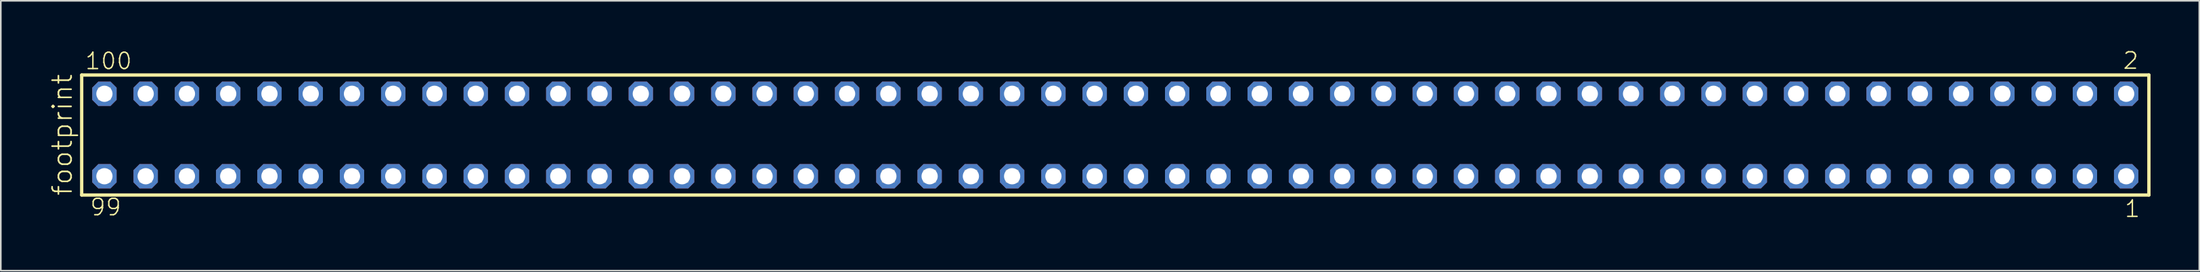
<source format=kicad_pcb>
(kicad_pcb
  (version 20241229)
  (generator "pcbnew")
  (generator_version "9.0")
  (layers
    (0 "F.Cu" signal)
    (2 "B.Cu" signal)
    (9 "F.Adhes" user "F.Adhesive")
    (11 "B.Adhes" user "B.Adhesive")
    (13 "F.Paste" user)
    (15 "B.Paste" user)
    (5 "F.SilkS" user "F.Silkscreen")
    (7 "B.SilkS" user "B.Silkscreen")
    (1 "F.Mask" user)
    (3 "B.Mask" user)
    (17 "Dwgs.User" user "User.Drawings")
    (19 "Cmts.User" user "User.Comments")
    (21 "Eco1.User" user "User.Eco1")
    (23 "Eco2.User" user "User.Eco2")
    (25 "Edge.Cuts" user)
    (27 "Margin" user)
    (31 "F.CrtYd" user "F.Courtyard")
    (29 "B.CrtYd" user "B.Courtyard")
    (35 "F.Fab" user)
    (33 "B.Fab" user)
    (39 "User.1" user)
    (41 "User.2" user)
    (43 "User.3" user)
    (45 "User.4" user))
  (footprint "footprint"
    (layer "F.Cu")
    (at 65.608 5.265)
    (property "Reference" "footprint" (at -64.135 3.81 90) (layer "F.SilkS") (effects (font (size 1.168 1.168) (thickness 0.102)) (justify left bottom)))
    (fp_line (start -63.629 -3.695) (end 63.629 -3.695) (stroke (width 0.203) (type solid)) (layer "F.SilkS"))
    (fp_line (start -63.629 3.695) (end -63.629 -3.695) (stroke (width 0.203) (type solid)) (layer "F.SilkS"))
    (fp_line (start 63.629 -3.695) (end 63.629 3.695) (stroke (width 0.203) (type solid)) (layer "F.SilkS"))
    (fp_line (start 63.629 3.695) (end -63.629 3.695) (stroke (width 0.203) (type solid)) (layer "F.SilkS"))
    (fp_poly (pts (xy -62.58 -2.19) (xy -61.88 -2.19) (xy -61.88 -2.89) (xy -62.58 -2.89)) (stroke (width 0.1) (type solid)) (fill no) (layer "F.Fab"))
    (fp_poly (pts (xy -62.58 2.89) (xy -61.88 2.89) (xy -61.88 2.19) (xy -62.58 2.19)) (stroke (width 0.1) (type solid)) (fill no) (layer "F.Fab"))
    (fp_poly (pts (xy -60.04 -2.19) (xy -59.34 -2.19) (xy -59.34 -2.89) (xy -60.04 -2.89)) (stroke (width 0.1) (type solid)) (fill no) (layer "F.Fab"))
    (fp_poly (pts (xy -60.04 2.89) (xy -59.34 2.89) (xy -59.34 2.19) (xy -60.04 2.19)) (stroke (width 0.1) (type solid)) (fill no) (layer "F.Fab"))
    (fp_poly (pts (xy -57.5 -2.19) (xy -56.8 -2.19) (xy -56.8 -2.89) (xy -57.5 -2.89)) (stroke (width 0.1) (type solid)) (fill no) (layer "F.Fab"))
    (fp_poly (pts (xy -57.5 2.89) (xy -56.8 2.89) (xy -56.8 2.19) (xy -57.5 2.19)) (stroke (width 0.1) (type solid)) (fill no) (layer "F.Fab"))
    (fp_poly (pts (xy -54.96 -2.19) (xy -54.26 -2.19) (xy -54.26 -2.89) (xy -54.96 -2.89)) (stroke (width 0.1) (type solid)) (fill no) (layer "F.Fab"))
    (fp_poly (pts (xy -54.96 2.89) (xy -54.26 2.89) (xy -54.26 2.19) (xy -54.96 2.19)) (stroke (width 0.1) (type solid)) (fill no) (layer "F.Fab"))
    (fp_poly (pts (xy -52.42 -2.19) (xy -51.72 -2.19) (xy -51.72 -2.89) (xy -52.42 -2.89)) (stroke (width 0.1) (type solid)) (fill no) (layer "F.Fab"))
    (fp_poly (pts (xy -52.42 2.89) (xy -51.72 2.89) (xy -51.72 2.19) (xy -52.42 2.19)) (stroke (width 0.1) (type solid)) (fill no) (layer "F.Fab"))
    (fp_poly (pts (xy -49.88 -2.19) (xy -49.18 -2.19) (xy -49.18 -2.89) (xy -49.88 -2.89)) (stroke (width 0.1) (type solid)) (fill no) (layer "F.Fab"))
    (fp_poly (pts (xy -49.88 2.89) (xy -49.18 2.89) (xy -49.18 2.19) (xy -49.88 2.19)) (stroke (width 0.1) (type solid)) (fill no) (layer "F.Fab"))
    (fp_poly (pts (xy -47.34 -2.19) (xy -46.64 -2.19) (xy -46.64 -2.89) (xy -47.34 -2.89)) (stroke (width 0.1) (type solid)) (fill no) (layer "F.Fab"))
    (fp_poly (pts (xy -47.34 2.89) (xy -46.64 2.89) (xy -46.64 2.19) (xy -47.34 2.19)) (stroke (width 0.1) (type solid)) (fill no) (layer "F.Fab"))
    (fp_poly (pts (xy -44.8 -2.19) (xy -44.1 -2.19) (xy -44.1 -2.89) (xy -44.8 -2.89)) (stroke (width 0.1) (type solid)) (fill no) (layer "F.Fab"))
    (fp_poly (pts (xy -44.8 2.89) (xy -44.1 2.89) (xy -44.1 2.19) (xy -44.8 2.19)) (stroke (width 0.1) (type solid)) (fill no) (layer "F.Fab"))
    (fp_poly (pts (xy -42.26 -2.19) (xy -41.56 -2.19) (xy -41.56 -2.89) (xy -42.26 -2.89)) (stroke (width 0.1) (type solid)) (fill no) (layer "F.Fab"))
    (fp_poly (pts (xy -42.26 2.89) (xy -41.56 2.89) (xy -41.56 2.19) (xy -42.26 2.19)) (stroke (width 0.1) (type solid)) (fill no) (layer "F.Fab"))
    (fp_poly (pts (xy -39.72 -2.19) (xy -39.02 -2.19) (xy -39.02 -2.89) (xy -39.72 -2.89)) (stroke (width 0.1) (type solid)) (fill no) (layer "F.Fab"))
    (fp_poly (pts (xy -39.72 2.89) (xy -39.02 2.89) (xy -39.02 2.19) (xy -39.72 2.19)) (stroke (width 0.1) (type solid)) (fill no) (layer "F.Fab"))
    (fp_poly (pts (xy -37.18 -2.19) (xy -36.48 -2.19) (xy -36.48 -2.89) (xy -37.18 -2.89)) (stroke (width 0.1) (type solid)) (fill no) (layer "F.Fab"))
    (fp_poly (pts (xy -37.18 2.89) (xy -36.48 2.89) (xy -36.48 2.19) (xy -37.18 2.19)) (stroke (width 0.1) (type solid)) (fill no) (layer "F.Fab"))
    (fp_poly (pts (xy -34.64 -2.19) (xy -33.94 -2.19) (xy -33.94 -2.89) (xy -34.64 -2.89)) (stroke (width 0.1) (type solid)) (fill no) (layer "F.Fab"))
    (fp_poly (pts (xy -34.64 2.89) (xy -33.94 2.89) (xy -33.94 2.19) (xy -34.64 2.19)) (stroke (width 0.1) (type solid)) (fill no) (layer "F.Fab"))
    (fp_poly (pts (xy -32.1 -2.19) (xy -31.4 -2.19) (xy -31.4 -2.89) (xy -32.1 -2.89)) (stroke (width 0.1) (type solid)) (fill no) (layer "F.Fab"))
    (fp_poly (pts (xy -32.1 2.89) (xy -31.4 2.89) (xy -31.4 2.19) (xy -32.1 2.19)) (stroke (width 0.1) (type solid)) (fill no) (layer "F.Fab"))
    (fp_poly (pts (xy -29.56 -2.19) (xy -28.86 -2.19) (xy -28.86 -2.89) (xy -29.56 -2.89)) (stroke (width 0.1) (type solid)) (fill no) (layer "F.Fab"))
    (fp_poly (pts (xy -29.56 2.89) (xy -28.86 2.89) (xy -28.86 2.19) (xy -29.56 2.19)) (stroke (width 0.1) (type solid)) (fill no) (layer "F.Fab"))
    (fp_poly (pts (xy -27.02 -2.19) (xy -26.32 -2.19) (xy -26.32 -2.89) (xy -27.02 -2.89)) (stroke (width 0.1) (type solid)) (fill no) (layer "F.Fab"))
    (fp_poly (pts (xy -27.02 2.89) (xy -26.32 2.89) (xy -26.32 2.19) (xy -27.02 2.19)) (stroke (width 0.1) (type solid)) (fill no) (layer "F.Fab"))
    (fp_poly (pts (xy -24.48 -2.19) (xy -23.78 -2.19) (xy -23.78 -2.89) (xy -24.48 -2.89)) (stroke (width 0.1) (type solid)) (fill no) (layer "F.Fab"))
    (fp_poly (pts (xy -24.48 2.89) (xy -23.78 2.89) (xy -23.78 2.19) (xy -24.48 2.19)) (stroke (width 0.1) (type solid)) (fill no) (layer "F.Fab"))
    (fp_poly (pts (xy -21.94 -2.19) (xy -21.24 -2.19) (xy -21.24 -2.89) (xy -21.94 -2.89)) (stroke (width 0.1) (type solid)) (fill no) (layer "F.Fab"))
    (fp_poly (pts (xy -21.94 2.89) (xy -21.24 2.89) (xy -21.24 2.19) (xy -21.94 2.19)) (stroke (width 0.1) (type solid)) (fill no) (layer "F.Fab"))
    (fp_poly (pts (xy -19.4 -2.19) (xy -18.7 -2.19) (xy -18.7 -2.89) (xy -19.4 -2.89)) (stroke (width 0.1) (type solid)) (fill no) (layer "F.Fab"))
    (fp_poly (pts (xy -19.4 2.89) (xy -18.7 2.89) (xy -18.7 2.19) (xy -19.4 2.19)) (stroke (width 0.1) (type solid)) (fill no) (layer "F.Fab"))
    (fp_poly (pts (xy -16.86 -2.19) (xy -16.16 -2.19) (xy -16.16 -2.89) (xy -16.86 -2.89)) (stroke (width 0.1) (type solid)) (fill no) (layer "F.Fab"))
    (fp_poly (pts (xy -16.86 2.89) (xy -16.16 2.89) (xy -16.16 2.19) (xy -16.86 2.19)) (stroke (width 0.1) (type solid)) (fill no) (layer "F.Fab"))
    (fp_poly (pts (xy -14.32 -2.19) (xy -13.62 -2.19) (xy -13.62 -2.89) (xy -14.32 -2.89)) (stroke (width 0.1) (type solid)) (fill no) (layer "F.Fab"))
    (fp_poly (pts (xy -14.32 2.89) (xy -13.62 2.89) (xy -13.62 2.19) (xy -14.32 2.19)) (stroke (width 0.1) (type solid)) (fill no) (layer "F.Fab"))
    (fp_poly (pts (xy -11.78 -2.19) (xy -11.08 -2.19) (xy -11.08 -2.89) (xy -11.78 -2.89)) (stroke (width 0.1) (type solid)) (fill no) (layer "F.Fab"))
    (fp_poly (pts (xy -11.78 2.89) (xy -11.08 2.89) (xy -11.08 2.19) (xy -11.78 2.19)) (stroke (width 0.1) (type solid)) (fill no) (layer "F.Fab"))
    (fp_poly (pts (xy -9.24 -2.19) (xy -8.54 -2.19) (xy -8.54 -2.89) (xy -9.24 -2.89)) (stroke (width 0.1) (type solid)) (fill no) (layer "F.Fab"))
    (fp_poly (pts (xy -9.24 2.89) (xy -8.54 2.89) (xy -8.54 2.19) (xy -9.24 2.19)) (stroke (width 0.1) (type solid)) (fill no) (layer "F.Fab"))
    (fp_poly (pts (xy -6.7 -2.19) (xy -6 -2.19) (xy -6 -2.89) (xy -6.7 -2.89)) (stroke (width 0.1) (type solid)) (fill no) (layer "F.Fab"))
    (fp_poly (pts (xy -6.7 2.89) (xy -6 2.89) (xy -6 2.19) (xy -6.7 2.19)) (stroke (width 0.1) (type solid)) (fill no) (layer "F.Fab"))
    (fp_poly (pts (xy -4.16 -2.19) (xy -3.46 -2.19) (xy -3.46 -2.89) (xy -4.16 -2.89)) (stroke (width 0.1) (type solid)) (fill no) (layer "F.Fab"))
    (fp_poly (pts (xy -4.16 2.89) (xy -3.46 2.89) (xy -3.46 2.19) (xy -4.16 2.19)) (stroke (width 0.1) (type solid)) (fill no) (layer "F.Fab"))
    (fp_poly (pts (xy -1.62 -2.19) (xy -0.92 -2.19) (xy -0.92 -2.89) (xy -1.62 -2.89)) (stroke (width 0.1) (type solid)) (fill no) (layer "F.Fab"))
    (fp_poly (pts (xy -1.62 2.89) (xy -0.92 2.89) (xy -0.92 2.19) (xy -1.62 2.19)) (stroke (width 0.1) (type solid)) (fill no) (layer "F.Fab"))
    (fp_poly (pts (xy 0.92 -2.19) (xy 1.62 -2.19) (xy 1.62 -2.89) (xy 0.92 -2.89)) (stroke (width 0.1) (type solid)) (fill no) (layer "F.Fab"))
    (fp_poly (pts (xy 0.92 2.89) (xy 1.62 2.89) (xy 1.62 2.19) (xy 0.92 2.19)) (stroke (width 0.1) (type solid)) (fill no) (layer "F.Fab"))
    (fp_poly (pts (xy 3.46 -2.19) (xy 4.16 -2.19) (xy 4.16 -2.89) (xy 3.46 -2.89)) (stroke (width 0.1) (type solid)) (fill no) (layer "F.Fab"))
    (fp_poly (pts (xy 3.46 2.89) (xy 4.16 2.89) (xy 4.16 2.19) (xy 3.46 2.19)) (stroke (width 0.1) (type solid)) (fill no) (layer "F.Fab"))
    (fp_poly (pts (xy 6 -2.19) (xy 6.7 -2.19) (xy 6.7 -2.89) (xy 6 -2.89)) (stroke (width 0.1) (type solid)) (fill no) (layer "F.Fab"))
    (fp_poly (pts (xy 6 2.89) (xy 6.7 2.89) (xy 6.7 2.19) (xy 6 2.19)) (stroke (width 0.1) (type solid)) (fill no) (layer "F.Fab"))
    (fp_poly (pts (xy 8.54 -2.19) (xy 9.24 -2.19) (xy 9.24 -2.89) (xy 8.54 -2.89)) (stroke (width 0.1) (type solid)) (fill no) (layer "F.Fab"))
    (fp_poly (pts (xy 8.54 2.89) (xy 9.24 2.89) (xy 9.24 2.19) (xy 8.54 2.19)) (stroke (width 0.1) (type solid)) (fill no) (layer "F.Fab"))
    (fp_poly (pts (xy 11.08 -2.19) (xy 11.78 -2.19) (xy 11.78 -2.89) (xy 11.08 -2.89)) (stroke (width 0.1) (type solid)) (fill no) (layer "F.Fab"))
    (fp_poly (pts (xy 11.08 2.89) (xy 11.78 2.89) (xy 11.78 2.19) (xy 11.08 2.19)) (stroke (width 0.1) (type solid)) (fill no) (layer "F.Fab"))
    (fp_poly (pts (xy 13.62 -2.19) (xy 14.32 -2.19) (xy 14.32 -2.89) (xy 13.62 -2.89)) (stroke (width 0.1) (type solid)) (fill no) (layer "F.Fab"))
    (fp_poly (pts (xy 13.62 2.89) (xy 14.32 2.89) (xy 14.32 2.19) (xy 13.62 2.19)) (stroke (width 0.1) (type solid)) (fill no) (layer "F.Fab"))
    (fp_poly (pts (xy 16.16 -2.19) (xy 16.86 -2.19) (xy 16.86 -2.89) (xy 16.16 -2.89)) (stroke (width 0.1) (type solid)) (fill no) (layer "F.Fab"))
    (fp_poly (pts (xy 16.16 2.89) (xy 16.86 2.89) (xy 16.86 2.19) (xy 16.16 2.19)) (stroke (width 0.1) (type solid)) (fill no) (layer "F.Fab"))
    (fp_poly (pts (xy 18.7 -2.19) (xy 19.4 -2.19) (xy 19.4 -2.89) (xy 18.7 -2.89)) (stroke (width 0.1) (type solid)) (fill no) (layer "F.Fab"))
    (fp_poly (pts (xy 18.7 2.89) (xy 19.4 2.89) (xy 19.4 2.19) (xy 18.7 2.19)) (stroke (width 0.1) (type solid)) (fill no) (layer "F.Fab"))
    (fp_poly (pts (xy 21.24 -2.19) (xy 21.94 -2.19) (xy 21.94 -2.89) (xy 21.24 -2.89)) (stroke (width 0.1) (type solid)) (fill no) (layer "F.Fab"))
    (fp_poly (pts (xy 21.24 2.89) (xy 21.94 2.89) (xy 21.94 2.19) (xy 21.24 2.19)) (stroke (width 0.1) (type solid)) (fill no) (layer "F.Fab"))
    (fp_poly (pts (xy 23.78 -2.19) (xy 24.48 -2.19) (xy 24.48 -2.89) (xy 23.78 -2.89)) (stroke (width 0.1) (type solid)) (fill no) (layer "F.Fab"))
    (fp_poly (pts (xy 23.78 2.89) (xy 24.48 2.89) (xy 24.48 2.19) (xy 23.78 2.19)) (stroke (width 0.1) (type solid)) (fill no) (layer "F.Fab"))
    (fp_poly (pts (xy 26.32 -2.19) (xy 27.02 -2.19) (xy 27.02 -2.89) (xy 26.32 -2.89)) (stroke (width 0.1) (type solid)) (fill no) (layer "F.Fab"))
    (fp_poly (pts (xy 26.32 2.89) (xy 27.02 2.89) (xy 27.02 2.19) (xy 26.32 2.19)) (stroke (width 0.1) (type solid)) (fill no) (layer "F.Fab"))
    (fp_poly (pts (xy 28.86 -2.19) (xy 29.56 -2.19) (xy 29.56 -2.89) (xy 28.86 -2.89)) (stroke (width 0.1) (type solid)) (fill no) (layer "F.Fab"))
    (fp_poly (pts (xy 28.86 2.89) (xy 29.56 2.89) (xy 29.56 2.19) (xy 28.86 2.19)) (stroke (width 0.1) (type solid)) (fill no) (layer "F.Fab"))
    (fp_poly (pts (xy 31.4 -2.19) (xy 32.1 -2.19) (xy 32.1 -2.89) (xy 31.4 -2.89)) (stroke (width 0.1) (type solid)) (fill no) (layer "F.Fab"))
    (fp_poly (pts (xy 31.4 2.89) (xy 32.1 2.89) (xy 32.1 2.19) (xy 31.4 2.19)) (stroke (width 0.1) (type solid)) (fill no) (layer "F.Fab"))
    (fp_poly (pts (xy 33.94 -2.19) (xy 34.64 -2.19) (xy 34.64 -2.89) (xy 33.94 -2.89)) (stroke (width 0.1) (type solid)) (fill no) (layer "F.Fab"))
    (fp_poly (pts (xy 33.94 2.89) (xy 34.64 2.89) (xy 34.64 2.19) (xy 33.94 2.19)) (stroke (width 0.1) (type solid)) (fill no) (layer "F.Fab"))
    (fp_poly (pts (xy 36.48 -2.19) (xy 37.18 -2.19) (xy 37.18 -2.89) (xy 36.48 -2.89)) (stroke (width 0.1) (type solid)) (fill no) (layer "F.Fab"))
    (fp_poly (pts (xy 36.48 2.89) (xy 37.18 2.89) (xy 37.18 2.19) (xy 36.48 2.19)) (stroke (width 0.1) (type solid)) (fill no) (layer "F.Fab"))
    (fp_poly (pts (xy 39.02 -2.19) (xy 39.72 -2.19) (xy 39.72 -2.89) (xy 39.02 -2.89)) (stroke (width 0.1) (type solid)) (fill no) (layer "F.Fab"))
    (fp_poly (pts (xy 39.02 2.89) (xy 39.72 2.89) (xy 39.72 2.19) (xy 39.02 2.19)) (stroke (width 0.1) (type solid)) (fill no) (layer "F.Fab"))
    (fp_poly (pts (xy 41.56 -2.19) (xy 42.26 -2.19) (xy 42.26 -2.89) (xy 41.56 -2.89)) (stroke (width 0.1) (type solid)) (fill no) (layer "F.Fab"))
    (fp_poly (pts (xy 41.56 2.89) (xy 42.26 2.89) (xy 42.26 2.19) (xy 41.56 2.19)) (stroke (width 0.1) (type solid)) (fill no) (layer "F.Fab"))
    (fp_poly (pts (xy 44.1 -2.19) (xy 44.8 -2.19) (xy 44.8 -2.89) (xy 44.1 -2.89)) (stroke (width 0.1) (type solid)) (fill no) (layer "F.Fab"))
    (fp_poly (pts (xy 44.1 2.89) (xy 44.8 2.89) (xy 44.8 2.19) (xy 44.1 2.19)) (stroke (width 0.1) (type solid)) (fill no) (layer "F.Fab"))
    (fp_poly (pts (xy 46.64 -2.19) (xy 47.34 -2.19) (xy 47.34 -2.89) (xy 46.64 -2.89)) (stroke (width 0.1) (type solid)) (fill no) (layer "F.Fab"))
    (fp_poly (pts (xy 46.64 2.89) (xy 47.34 2.89) (xy 47.34 2.19) (xy 46.64 2.19)) (stroke (width 0.1) (type solid)) (fill no) (layer "F.Fab"))
    (fp_poly (pts (xy 49.18 -2.19) (xy 49.88 -2.19) (xy 49.88 -2.89) (xy 49.18 -2.89)) (stroke (width 0.1) (type solid)) (fill no) (layer "F.Fab"))
    (fp_poly (pts (xy 49.18 2.89) (xy 49.88 2.89) (xy 49.88 2.19) (xy 49.18 2.19)) (stroke (width 0.1) (type solid)) (fill no) (layer "F.Fab"))
    (fp_poly (pts (xy 51.72 -2.19) (xy 52.42 -2.19) (xy 52.42 -2.89) (xy 51.72 -2.89)) (stroke (width 0.1) (type solid)) (fill no) (layer "F.Fab"))
    (fp_poly (pts (xy 51.72 2.89) (xy 52.42 2.89) (xy 52.42 2.19) (xy 51.72 2.19)) (stroke (width 0.1) (type solid)) (fill no) (layer "F.Fab"))
    (fp_poly (pts (xy 54.26 -2.19) (xy 54.96 -2.19) (xy 54.96 -2.89) (xy 54.26 -2.89)) (stroke (width 0.1) (type solid)) (fill no) (layer "F.Fab"))
    (fp_poly (pts (xy 54.26 2.89) (xy 54.96 2.89) (xy 54.96 2.19) (xy 54.26 2.19)) (stroke (width 0.1) (type solid)) (fill no) (layer "F.Fab"))
    (fp_poly (pts (xy 56.8 -2.19) (xy 57.5 -2.19) (xy 57.5 -2.89) (xy 56.8 -2.89)) (stroke (width 0.1) (type solid)) (fill no) (layer "F.Fab"))
    (fp_poly (pts (xy 56.8 2.89) (xy 57.5 2.89) (xy 57.5 2.19) (xy 56.8 2.19)) (stroke (width 0.1) (type solid)) (fill no) (layer "F.Fab"))
    (fp_poly (pts (xy 59.34 -2.19) (xy 60.04 -2.19) (xy 60.04 -2.89) (xy 59.34 -2.89)) (stroke (width 0.1) (type solid)) (fill no) (layer "F.Fab"))
    (fp_poly (pts (xy 59.34 2.89) (xy 60.04 2.89) (xy 60.04 2.19) (xy 59.34 2.19)) (stroke (width 0.1) (type solid)) (fill no) (layer "F.Fab"))
    (fp_poly (pts (xy 61.88 -2.19) (xy 62.58 -2.19) (xy 62.58 -2.89) (xy 61.88 -2.89)) (stroke (width 0.1) (type solid)) (fill no) (layer "F.Fab"))
    (fp_poly (pts (xy 61.88 2.89) (xy 62.58 2.89) (xy 62.58 2.19) (xy 61.88 2.19)) (stroke (width 0.1) (type solid)) (fill no) (layer "F.Fab"))
    (fp_text user "1" (at 62.072 5.138 0) (layer "F.SilkS") (effects (font (size 1.012 1.012) (thickness 0.088)) (justify left bottom)))
    (fp_text user "2" (at 61.972 -3.989 0) (layer "F.SilkS") (effects (font (size 1.012 1.012) (thickness 0.088)) (justify left bottom)))
    (fp_text user "99" (at -63.175 5.038 0) (layer "F.SilkS") (effects (font (size 1.012 1.012) (thickness 0.088)) (justify left bottom)))
    (fp_text user "100" (at -63.479 -3.964 0) (layer "F.SilkS") (effects (font (size 1.012 1.012) (thickness 0.088)) (justify left bottom)))
    (pad "1" thru_hole roundrect (at 62.23 2.54 180) (size 1.5 1.5) (drill 1) (layers "*.Cu" "*.Mask") (roundrect_rratio 0.25) (chamfer_ratio 0.25) (chamfer top_left top_right bottom_left bottom_right))
    (pad "2" thru_hole roundrect (at 62.23 -2.54 180) (size 1.5 1.5) (drill 1) (layers "*.Cu" "*.Mask") (roundrect_rratio 0.25) (chamfer_ratio 0.25) (chamfer top_left top_right bottom_left bottom_right))
    (pad "3" thru_hole roundrect (at 59.69 2.54 180) (size 1.5 1.5) (drill 1) (layers "*.Cu" "*.Mask") (roundrect_rratio 0.25) (chamfer_ratio 0.25) (chamfer top_left top_right bottom_left bottom_right))
    (pad "4" thru_hole roundrect (at 59.69 -2.54 180) (size 1.5 1.5) (drill 1) (layers "*.Cu" "*.Mask") (roundrect_rratio 0.25) (chamfer_ratio 0.25) (chamfer top_left top_right bottom_left bottom_right))
    (pad "5" thru_hole roundrect (at 57.15 2.54 180) (size 1.5 1.5) (drill 1) (layers "*.Cu" "*.Mask") (roundrect_rratio 0.25) (chamfer_ratio 0.25) (chamfer top_left top_right bottom_left bottom_right))
    (pad "6" thru_hole roundrect (at 57.15 -2.54 180) (size 1.5 1.5) (drill 1) (layers "*.Cu" "*.Mask") (roundrect_rratio 0.25) (chamfer_ratio 0.25) (chamfer top_left top_right bottom_left bottom_right))
    (pad "7" thru_hole roundrect (at 54.61 2.54 180) (size 1.5 1.5) (drill 1) (layers "*.Cu" "*.Mask") (roundrect_rratio 0.25) (chamfer_ratio 0.25) (chamfer top_left top_right bottom_left bottom_right))
    (pad "8" thru_hole roundrect (at 54.61 -2.54 180) (size 1.5 1.5) (drill 1) (layers "*.Cu" "*.Mask") (roundrect_rratio 0.25) (chamfer_ratio 0.25) (chamfer top_left top_right bottom_left bottom_right))
    (pad "9" thru_hole roundrect (at 52.07 2.54 180) (size 1.5 1.5) (drill 1) (layers "*.Cu" "*.Mask") (roundrect_rratio 0.25) (chamfer_ratio 0.25) (chamfer top_left top_right bottom_left bottom_right))
    (pad "10" thru_hole roundrect (at 52.07 -2.54 180) (size 1.5 1.5) (drill 1) (layers "*.Cu" "*.Mask") (roundrect_rratio 0.25) (chamfer_ratio 0.25) (chamfer top_left top_right bottom_left bottom_right))
    (pad "11" thru_hole roundrect (at 49.53 2.54 180) (size 1.5 1.5) (drill 1) (layers "*.Cu" "*.Mask") (roundrect_rratio 0.25) (chamfer_ratio 0.25) (chamfer top_left top_right bottom_left bottom_right))
    (pad "12" thru_hole roundrect (at 49.53 -2.54 180) (size 1.5 1.5) (drill 1) (layers "*.Cu" "*.Mask") (roundrect_rratio 0.25) (chamfer_ratio 0.25) (chamfer top_left top_right bottom_left bottom_right))
    (pad "13" thru_hole roundrect (at 46.99 2.54 180) (size 1.5 1.5) (drill 1) (layers "*.Cu" "*.Mask") (roundrect_rratio 0.25) (chamfer_ratio 0.25) (chamfer top_left top_right bottom_left bottom_right))
    (pad "14" thru_hole roundrect (at 46.99 -2.54 180) (size 1.5 1.5) (drill 1) (layers "*.Cu" "*.Mask") (roundrect_rratio 0.25) (chamfer_ratio 0.25) (chamfer top_left top_right bottom_left bottom_right))
    (pad "15" thru_hole roundrect (at 44.45 2.54 180) (size 1.5 1.5) (drill 1) (layers "*.Cu" "*.Mask") (roundrect_rratio 0.25) (chamfer_ratio 0.25) (chamfer top_left top_right bottom_left bottom_right))
    (pad "16" thru_hole roundrect (at 44.45 -2.54 180) (size 1.5 1.5) (drill 1) (layers "*.Cu" "*.Mask") (roundrect_rratio 0.25) (chamfer_ratio 0.25) (chamfer top_left top_right bottom_left bottom_right))
    (pad "17" thru_hole roundrect (at 41.91 2.54 180) (size 1.5 1.5) (drill 1) (layers "*.Cu" "*.Mask") (roundrect_rratio 0.25) (chamfer_ratio 0.25) (chamfer top_left top_right bottom_left bottom_right))
    (pad "18" thru_hole roundrect (at 41.91 -2.54 180) (size 1.5 1.5) (drill 1) (layers "*.Cu" "*.Mask") (roundrect_rratio 0.25) (chamfer_ratio 0.25) (chamfer top_left top_right bottom_left bottom_right))
    (pad "19" thru_hole roundrect (at 39.37 2.54 180) (size 1.5 1.5) (drill 1) (layers "*.Cu" "*.Mask") (roundrect_rratio 0.25) (chamfer_ratio 0.25) (chamfer top_left top_right bottom_left bottom_right))
    (pad "20" thru_hole roundrect (at 39.37 -2.54 180) (size 1.5 1.5) (drill 1) (layers "*.Cu" "*.Mask") (roundrect_rratio 0.25) (chamfer_ratio 0.25) (chamfer top_left top_right bottom_left bottom_right))
    (pad "21" thru_hole roundrect (at 36.83 2.54 180) (size 1.5 1.5) (drill 1) (layers "*.Cu" "*.Mask") (roundrect_rratio 0.25) (chamfer_ratio 0.25) (chamfer top_left top_right bottom_left bottom_right))
    (pad "22" thru_hole roundrect (at 36.83 -2.54 180) (size 1.5 1.5) (drill 1) (layers "*.Cu" "*.Mask") (roundrect_rratio 0.25) (chamfer_ratio 0.25) (chamfer top_left top_right bottom_left bottom_right))
    (pad "23" thru_hole roundrect (at 34.29 2.54 180) (size 1.5 1.5) (drill 1) (layers "*.Cu" "*.Mask") (roundrect_rratio 0.25) (chamfer_ratio 0.25) (chamfer top_left top_right bottom_left bottom_right))
    (pad "24" thru_hole roundrect (at 34.29 -2.54 180) (size 1.5 1.5) (drill 1) (layers "*.Cu" "*.Mask") (roundrect_rratio 0.25) (chamfer_ratio 0.25) (chamfer top_left top_right bottom_left bottom_right))
    (pad "25" thru_hole roundrect (at 31.75 2.54 180) (size 1.5 1.5) (drill 1) (layers "*.Cu" "*.Mask") (roundrect_rratio 0.25) (chamfer_ratio 0.25) (chamfer top_left top_right bottom_left bottom_right))
    (pad "26" thru_hole roundrect (at 31.75 -2.54 180) (size 1.5 1.5) (drill 1) (layers "*.Cu" "*.Mask") (roundrect_rratio 0.25) (chamfer_ratio 0.25) (chamfer top_left top_right bottom_left bottom_right))
    (pad "27" thru_hole roundrect (at 29.21 2.54 180) (size 1.5 1.5) (drill 1) (layers "*.Cu" "*.Mask") (roundrect_rratio 0.25) (chamfer_ratio 0.25) (chamfer top_left top_right bottom_left bottom_right))
    (pad "28" thru_hole roundrect (at 29.21 -2.54 180) (size 1.5 1.5) (drill 1) (layers "*.Cu" "*.Mask") (roundrect_rratio 0.25) (chamfer_ratio 0.25) (chamfer top_left top_right bottom_left bottom_right))
    (pad "29" thru_hole roundrect (at 26.67 2.54 180) (size 1.5 1.5) (drill 1) (layers "*.Cu" "*.Mask") (roundrect_rratio 0.25) (chamfer_ratio 0.25) (chamfer top_left top_right bottom_left bottom_right))
    (pad "30" thru_hole roundrect (at 26.67 -2.54 180) (size 1.5 1.5) (drill 1) (layers "*.Cu" "*.Mask") (roundrect_rratio 0.25) (chamfer_ratio 0.25) (chamfer top_left top_right bottom_left bottom_right))
    (pad "31" thru_hole roundrect (at 24.13 2.54 180) (size 1.5 1.5) (drill 1) (layers "*.Cu" "*.Mask") (roundrect_rratio 0.25) (chamfer_ratio 0.25) (chamfer top_left top_right bottom_left bottom_right))
    (pad "32" thru_hole roundrect (at 24.13 -2.54 180) (size 1.5 1.5) (drill 1) (layers "*.Cu" "*.Mask") (roundrect_rratio 0.25) (chamfer_ratio 0.25) (chamfer top_left top_right bottom_left bottom_right))
    (pad "33" thru_hole roundrect (at 21.59 2.54 180) (size 1.5 1.5) (drill 1) (layers "*.Cu" "*.Mask") (roundrect_rratio 0.25) (chamfer_ratio 0.25) (chamfer top_left top_right bottom_left bottom_right))
    (pad "34" thru_hole roundrect (at 21.59 -2.54 180) (size 1.5 1.5) (drill 1) (layers "*.Cu" "*.Mask") (roundrect_rratio 0.25) (chamfer_ratio 0.25) (chamfer top_left top_right bottom_left bottom_right))
    (pad "35" thru_hole roundrect (at 19.05 2.54 180) (size 1.5 1.5) (drill 1) (layers "*.Cu" "*.Mask") (roundrect_rratio 0.25) (chamfer_ratio 0.25) (chamfer top_left top_right bottom_left bottom_right))
    (pad "36" thru_hole roundrect (at 19.05 -2.54 180) (size 1.5 1.5) (drill 1) (layers "*.Cu" "*.Mask") (roundrect_rratio 0.25) (chamfer_ratio 0.25) (chamfer top_left top_right bottom_left bottom_right))
    (pad "37" thru_hole roundrect (at 16.51 2.54 180) (size 1.5 1.5) (drill 1) (layers "*.Cu" "*.Mask") (roundrect_rratio 0.25) (chamfer_ratio 0.25) (chamfer top_left top_right bottom_left bottom_right))
    (pad "38" thru_hole roundrect (at 16.51 -2.54 180) (size 1.5 1.5) (drill 1) (layers "*.Cu" "*.Mask") (roundrect_rratio 0.25) (chamfer_ratio 0.25) (chamfer top_left top_right bottom_left bottom_right))
    (pad "39" thru_hole roundrect (at 13.97 2.54 180) (size 1.5 1.5) (drill 1) (layers "*.Cu" "*.Mask") (roundrect_rratio 0.25) (chamfer_ratio 0.25) (chamfer top_left top_right bottom_left bottom_right))
    (pad "40" thru_hole roundrect (at 13.97 -2.54 180) (size 1.5 1.5) (drill 1) (layers "*.Cu" "*.Mask") (roundrect_rratio 0.25) (chamfer_ratio 0.25) (chamfer top_left top_right bottom_left bottom_right))
    (pad "41" thru_hole roundrect (at 11.43 2.54 180) (size 1.5 1.5) (drill 1) (layers "*.Cu" "*.Mask") (roundrect_rratio 0.25) (chamfer_ratio 0.25) (chamfer top_left top_right bottom_left bottom_right))
    (pad "42" thru_hole roundrect (at 11.43 -2.54 180) (size 1.5 1.5) (drill 1) (layers "*.Cu" "*.Mask") (roundrect_rratio 0.25) (chamfer_ratio 0.25) (chamfer top_left top_right bottom_left bottom_right))
    (pad "43" thru_hole roundrect (at 8.89 2.54 180) (size 1.5 1.5) (drill 1) (layers "*.Cu" "*.Mask") (roundrect_rratio 0.25) (chamfer_ratio 0.25) (chamfer top_left top_right bottom_left bottom_right))
    (pad "44" thru_hole roundrect (at 8.89 -2.54 180) (size 1.5 1.5) (drill 1) (layers "*.Cu" "*.Mask") (roundrect_rratio 0.25) (chamfer_ratio 0.25) (chamfer top_left top_right bottom_left bottom_right))
    (pad "45" thru_hole roundrect (at 6.35 2.54 180) (size 1.5 1.5) (drill 1) (layers "*.Cu" "*.Mask") (roundrect_rratio 0.25) (chamfer_ratio 0.25) (chamfer top_left top_right bottom_left bottom_right))
    (pad "46" thru_hole roundrect (at 6.35 -2.54 180) (size 1.5 1.5) (drill 1) (layers "*.Cu" "*.Mask") (roundrect_rratio 0.25) (chamfer_ratio 0.25) (chamfer top_left top_right bottom_left bottom_right))
    (pad "47" thru_hole roundrect (at 3.81 2.54 180) (size 1.5 1.5) (drill 1) (layers "*.Cu" "*.Mask") (roundrect_rratio 0.25) (chamfer_ratio 0.25) (chamfer top_left top_right bottom_left bottom_right))
    (pad "48" thru_hole roundrect (at 3.81 -2.54 180) (size 1.5 1.5) (drill 1) (layers "*.Cu" "*.Mask") (roundrect_rratio 0.25) (chamfer_ratio 0.25) (chamfer top_left top_right bottom_left bottom_right))
    (pad "49" thru_hole roundrect (at 1.27 2.54 180) (size 1.5 1.5) (drill 1) (layers "*.Cu" "*.Mask") (roundrect_rratio 0.25) (chamfer_ratio 0.25) (chamfer top_left top_right bottom_left bottom_right))
    (pad "50" thru_hole roundrect (at 1.27 -2.54 180) (size 1.5 1.5) (drill 1) (layers "*.Cu" "*.Mask") (roundrect_rratio 0.25) (chamfer_ratio 0.25) (chamfer top_left top_right bottom_left bottom_right))
    (pad "51" thru_hole roundrect (at -1.27 2.54 180) (size 1.5 1.5) (drill 1) (layers "*.Cu" "*.Mask") (roundrect_rratio 0.25) (chamfer_ratio 0.25) (chamfer top_left top_right bottom_left bottom_right))
    (pad "52" thru_hole roundrect (at -1.27 -2.54 180) (size 1.5 1.5) (drill 1) (layers "*.Cu" "*.Mask") (roundrect_rratio 0.25) (chamfer_ratio 0.25) (chamfer top_left top_right bottom_left bottom_right))
    (pad "53" thru_hole roundrect (at -3.81 2.54 180) (size 1.5 1.5) (drill 1) (layers "*.Cu" "*.Mask") (roundrect_rratio 0.25) (chamfer_ratio 0.25) (chamfer top_left top_right bottom_left bottom_right))
    (pad "54" thru_hole roundrect (at -3.81 -2.54 180) (size 1.5 1.5) (drill 1) (layers "*.Cu" "*.Mask") (roundrect_rratio 0.25) (chamfer_ratio 0.25) (chamfer top_left top_right bottom_left bottom_right))
    (pad "55" thru_hole roundrect (at -6.35 2.54 180) (size 1.5 1.5) (drill 1) (layers "*.Cu" "*.Mask") (roundrect_rratio 0.25) (chamfer_ratio 0.25) (chamfer top_left top_right bottom_left bottom_right))
    (pad "56" thru_hole roundrect (at -6.35 -2.54 180) (size 1.5 1.5) (drill 1) (layers "*.Cu" "*.Mask") (roundrect_rratio 0.25) (chamfer_ratio 0.25) (chamfer top_left top_right bottom_left bottom_right))
    (pad "57" thru_hole roundrect (at -8.89 2.54 180) (size 1.5 1.5) (drill 1) (layers "*.Cu" "*.Mask") (roundrect_rratio 0.25) (chamfer_ratio 0.25) (chamfer top_left top_right bottom_left bottom_right))
    (pad "58" thru_hole roundrect (at -8.89 -2.54 180) (size 1.5 1.5) (drill 1) (layers "*.Cu" "*.Mask") (roundrect_rratio 0.25) (chamfer_ratio 0.25) (chamfer top_left top_right bottom_left bottom_right))
    (pad "59" thru_hole roundrect (at -11.43 2.54 180) (size 1.5 1.5) (drill 1) (layers "*.Cu" "*.Mask") (roundrect_rratio 0.25) (chamfer_ratio 0.25) (chamfer top_left top_right bottom_left bottom_right))
    (pad "60" thru_hole roundrect (at -11.43 -2.54 180) (size 1.5 1.5) (drill 1) (layers "*.Cu" "*.Mask") (roundrect_rratio 0.25) (chamfer_ratio 0.25) (chamfer top_left top_right bottom_left bottom_right))
    (pad "61" thru_hole roundrect (at -13.97 2.54 180) (size 1.5 1.5) (drill 1) (layers "*.Cu" "*.Mask") (roundrect_rratio 0.25) (chamfer_ratio 0.25) (chamfer top_left top_right bottom_left bottom_right))
    (pad "62" thru_hole roundrect (at -13.97 -2.54 180) (size 1.5 1.5) (drill 1) (layers "*.Cu" "*.Mask") (roundrect_rratio 0.25) (chamfer_ratio 0.25) (chamfer top_left top_right bottom_left bottom_right))
    (pad "63" thru_hole roundrect (at -16.51 2.54 180) (size 1.5 1.5) (drill 1) (layers "*.Cu" "*.Mask") (roundrect_rratio 0.25) (chamfer_ratio 0.25) (chamfer top_left top_right bottom_left bottom_right))
    (pad "64" thru_hole roundrect (at -16.51 -2.54 180) (size 1.5 1.5) (drill 1) (layers "*.Cu" "*.Mask") (roundrect_rratio 0.25) (chamfer_ratio 0.25) (chamfer top_left top_right bottom_left bottom_right))
    (pad "65" thru_hole roundrect (at -19.05 2.54 180) (size 1.5 1.5) (drill 1) (layers "*.Cu" "*.Mask") (roundrect_rratio 0.25) (chamfer_ratio 0.25) (chamfer top_left top_right bottom_left bottom_right))
    (pad "66" thru_hole roundrect (at -19.05 -2.54 180) (size 1.5 1.5) (drill 1) (layers "*.Cu" "*.Mask") (roundrect_rratio 0.25) (chamfer_ratio 0.25) (chamfer top_left top_right bottom_left bottom_right))
    (pad "67" thru_hole roundrect (at -21.59 2.54 180) (size 1.5 1.5) (drill 1) (layers "*.Cu" "*.Mask") (roundrect_rratio 0.25) (chamfer_ratio 0.25) (chamfer top_left top_right bottom_left bottom_right))
    (pad "68" thru_hole roundrect (at -21.59 -2.54 180) (size 1.5 1.5) (drill 1) (layers "*.Cu" "*.Mask") (roundrect_rratio 0.25) (chamfer_ratio 0.25) (chamfer top_left top_right bottom_left bottom_right))
    (pad "69" thru_hole roundrect (at -24.13 2.54 180) (size 1.5 1.5) (drill 1) (layers "*.Cu" "*.Mask") (roundrect_rratio 0.25) (chamfer_ratio 0.25) (chamfer top_left top_right bottom_left bottom_right))
    (pad "70" thru_hole roundrect (at -24.13 -2.54 180) (size 1.5 1.5) (drill 1) (layers "*.Cu" "*.Mask") (roundrect_rratio 0.25) (chamfer_ratio 0.25) (chamfer top_left top_right bottom_left bottom_right))
    (pad "71" thru_hole roundrect (at -26.67 2.54 180) (size 1.5 1.5) (drill 1) (layers "*.Cu" "*.Mask") (roundrect_rratio 0.25) (chamfer_ratio 0.25) (chamfer top_left top_right bottom_left bottom_right))
    (pad "72" thru_hole roundrect (at -26.67 -2.54 180) (size 1.5 1.5) (drill 1) (layers "*.Cu" "*.Mask") (roundrect_rratio 0.25) (chamfer_ratio 0.25) (chamfer top_left top_right bottom_left bottom_right))
    (pad "73" thru_hole roundrect (at -29.21 2.54 180) (size 1.5 1.5) (drill 1) (layers "*.Cu" "*.Mask") (roundrect_rratio 0.25) (chamfer_ratio 0.25) (chamfer top_left top_right bottom_left bottom_right))
    (pad "74" thru_hole roundrect (at -29.21 -2.54 180) (size 1.5 1.5) (drill 1) (layers "*.Cu" "*.Mask") (roundrect_rratio 0.25) (chamfer_ratio 0.25) (chamfer top_left top_right bottom_left bottom_right))
    (pad "75" thru_hole roundrect (at -31.75 2.54 180) (size 1.5 1.5) (drill 1) (layers "*.Cu" "*.Mask") (roundrect_rratio 0.25) (chamfer_ratio 0.25) (chamfer top_left top_right bottom_left bottom_right))
    (pad "76" thru_hole roundrect (at -31.75 -2.54 180) (size 1.5 1.5) (drill 1) (layers "*.Cu" "*.Mask") (roundrect_rratio 0.25) (chamfer_ratio 0.25) (chamfer top_left top_right bottom_left bottom_right))
    (pad "77" thru_hole roundrect (at -34.29 2.54 180) (size 1.5 1.5) (drill 1) (layers "*.Cu" "*.Mask") (roundrect_rratio 0.25) (chamfer_ratio 0.25) (chamfer top_left top_right bottom_left bottom_right))
    (pad "78" thru_hole roundrect (at -34.29 -2.54 180) (size 1.5 1.5) (drill 1) (layers "*.Cu" "*.Mask") (roundrect_rratio 0.25) (chamfer_ratio 0.25) (chamfer top_left top_right bottom_left bottom_right))
    (pad "79" thru_hole roundrect (at -36.83 2.54 180) (size 1.5 1.5) (drill 1) (layers "*.Cu" "*.Mask") (roundrect_rratio 0.25) (chamfer_ratio 0.25) (chamfer top_left top_right bottom_left bottom_right))
    (pad "80" thru_hole roundrect (at -36.83 -2.54 180) (size 1.5 1.5) (drill 1) (layers "*.Cu" "*.Mask") (roundrect_rratio 0.25) (chamfer_ratio 0.25) (chamfer top_left top_right bottom_left bottom_right))
    (pad "81" thru_hole roundrect (at -39.37 2.54 180) (size 1.5 1.5) (drill 1) (layers "*.Cu" "*.Mask") (roundrect_rratio 0.25) (chamfer_ratio 0.25) (chamfer top_left top_right bottom_left bottom_right))
    (pad "82" thru_hole roundrect (at -39.37 -2.54 180) (size 1.5 1.5) (drill 1) (layers "*.Cu" "*.Mask") (roundrect_rratio 0.25) (chamfer_ratio 0.25) (chamfer top_left top_right bottom_left bottom_right))
    (pad "83" thru_hole roundrect (at -41.91 2.54 180) (size 1.5 1.5) (drill 1) (layers "*.Cu" "*.Mask") (roundrect_rratio 0.25) (chamfer_ratio 0.25) (chamfer top_left top_right bottom_left bottom_right))
    (pad "84" thru_hole roundrect (at -41.91 -2.54 180) (size 1.5 1.5) (drill 1) (layers "*.Cu" "*.Mask") (roundrect_rratio 0.25) (chamfer_ratio 0.25) (chamfer top_left top_right bottom_left bottom_right))
    (pad "85" thru_hole roundrect (at -44.45 2.54 180) (size 1.5 1.5) (drill 1) (layers "*.Cu" "*.Mask") (roundrect_rratio 0.25) (chamfer_ratio 0.25) (chamfer top_left top_right bottom_left bottom_right))
    (pad "86" thru_hole roundrect (at -44.45 -2.54 180) (size 1.5 1.5) (drill 1) (layers "*.Cu" "*.Mask") (roundrect_rratio 0.25) (chamfer_ratio 0.25) (chamfer top_left top_right bottom_left bottom_right))
    (pad "87" thru_hole roundrect (at -46.99 2.54 180) (size 1.5 1.5) (drill 1) (layers "*.Cu" "*.Mask") (roundrect_rratio 0.25) (chamfer_ratio 0.25) (chamfer top_left top_right bottom_left bottom_right))
    (pad "88" thru_hole roundrect (at -46.99 -2.54 180) (size 1.5 1.5) (drill 1) (layers "*.Cu" "*.Mask") (roundrect_rratio 0.25) (chamfer_ratio 0.25) (chamfer top_left top_right bottom_left bottom_right))
    (pad "89" thru_hole roundrect (at -49.53 2.54 180) (size 1.5 1.5) (drill 1) (layers "*.Cu" "*.Mask") (roundrect_rratio 0.25) (chamfer_ratio 0.25) (chamfer top_left top_right bottom_left bottom_right))
    (pad "90" thru_hole roundrect (at -49.53 -2.54 180) (size 1.5 1.5) (drill 1) (layers "*.Cu" "*.Mask") (roundrect_rratio 0.25) (chamfer_ratio 0.25) (chamfer top_left top_right bottom_left bottom_right))
    (pad "91" thru_hole roundrect (at -52.07 2.54 180) (size 1.5 1.5) (drill 1) (layers "*.Cu" "*.Mask") (roundrect_rratio 0.25) (chamfer_ratio 0.25) (chamfer top_left top_right bottom_left bottom_right))
    (pad "92" thru_hole roundrect (at -52.07 -2.54 180) (size 1.5 1.5) (drill 1) (layers "*.Cu" "*.Mask") (roundrect_rratio 0.25) (chamfer_ratio 0.25) (chamfer top_left top_right bottom_left bottom_right))
    (pad "93" thru_hole roundrect (at -54.61 2.54 180) (size 1.5 1.5) (drill 1) (layers "*.Cu" "*.Mask") (roundrect_rratio 0.25) (chamfer_ratio 0.25) (chamfer top_left top_right bottom_left bottom_right))
    (pad "94" thru_hole roundrect (at -54.61 -2.54 180) (size 1.5 1.5) (drill 1) (layers "*.Cu" "*.Mask") (roundrect_rratio 0.25) (chamfer_ratio 0.25) (chamfer top_left top_right bottom_left bottom_right))
    (pad "95" thru_hole roundrect (at -57.15 2.54 180) (size 1.5 1.5) (drill 1) (layers "*.Cu" "*.Mask") (roundrect_rratio 0.25) (chamfer_ratio 0.25) (chamfer top_left top_right bottom_left bottom_right))
    (pad "96" thru_hole roundrect (at -57.15 -2.54 180) (size 1.5 1.5) (drill 1) (layers "*.Cu" "*.Mask") (roundrect_rratio 0.25) (chamfer_ratio 0.25) (chamfer top_left top_right bottom_left bottom_right))
    (pad "97" thru_hole roundrect (at -59.69 2.54 180) (size 1.5 1.5) (drill 1) (layers "*.Cu" "*.Mask") (roundrect_rratio 0.25) (chamfer_ratio 0.25) (chamfer top_left top_right bottom_left bottom_right))
    (pad "98" thru_hole roundrect (at -59.69 -2.54 180) (size 1.5 1.5) (drill 1) (layers "*.Cu" "*.Mask") (roundrect_rratio 0.25) (chamfer_ratio 0.25) (chamfer top_left top_right bottom_left bottom_right))
    (pad "99" thru_hole roundrect (at -62.23 2.54 180) (size 1.5 1.5) (drill 1) (layers "*.Cu" "*.Mask") (roundrect_rratio 0.25) (chamfer_ratio 0.25) (chamfer top_left top_right bottom_left bottom_right))
    (pad "100" thru_hole roundrect (at -62.23 -2.54 180) (size 1.5 1.5) (drill 1) (layers "*.Cu" "*.Mask") (roundrect_rratio 0.25) (chamfer_ratio 0.25) (chamfer top_left top_right bottom_left bottom_right)))
  (gr_rect
    (start -3 -3)
    (end 132.339 13.62)
    (stroke (width 0.1) (type default))
    (fill no)
    (layer "Edge.Cuts")))
</source>
